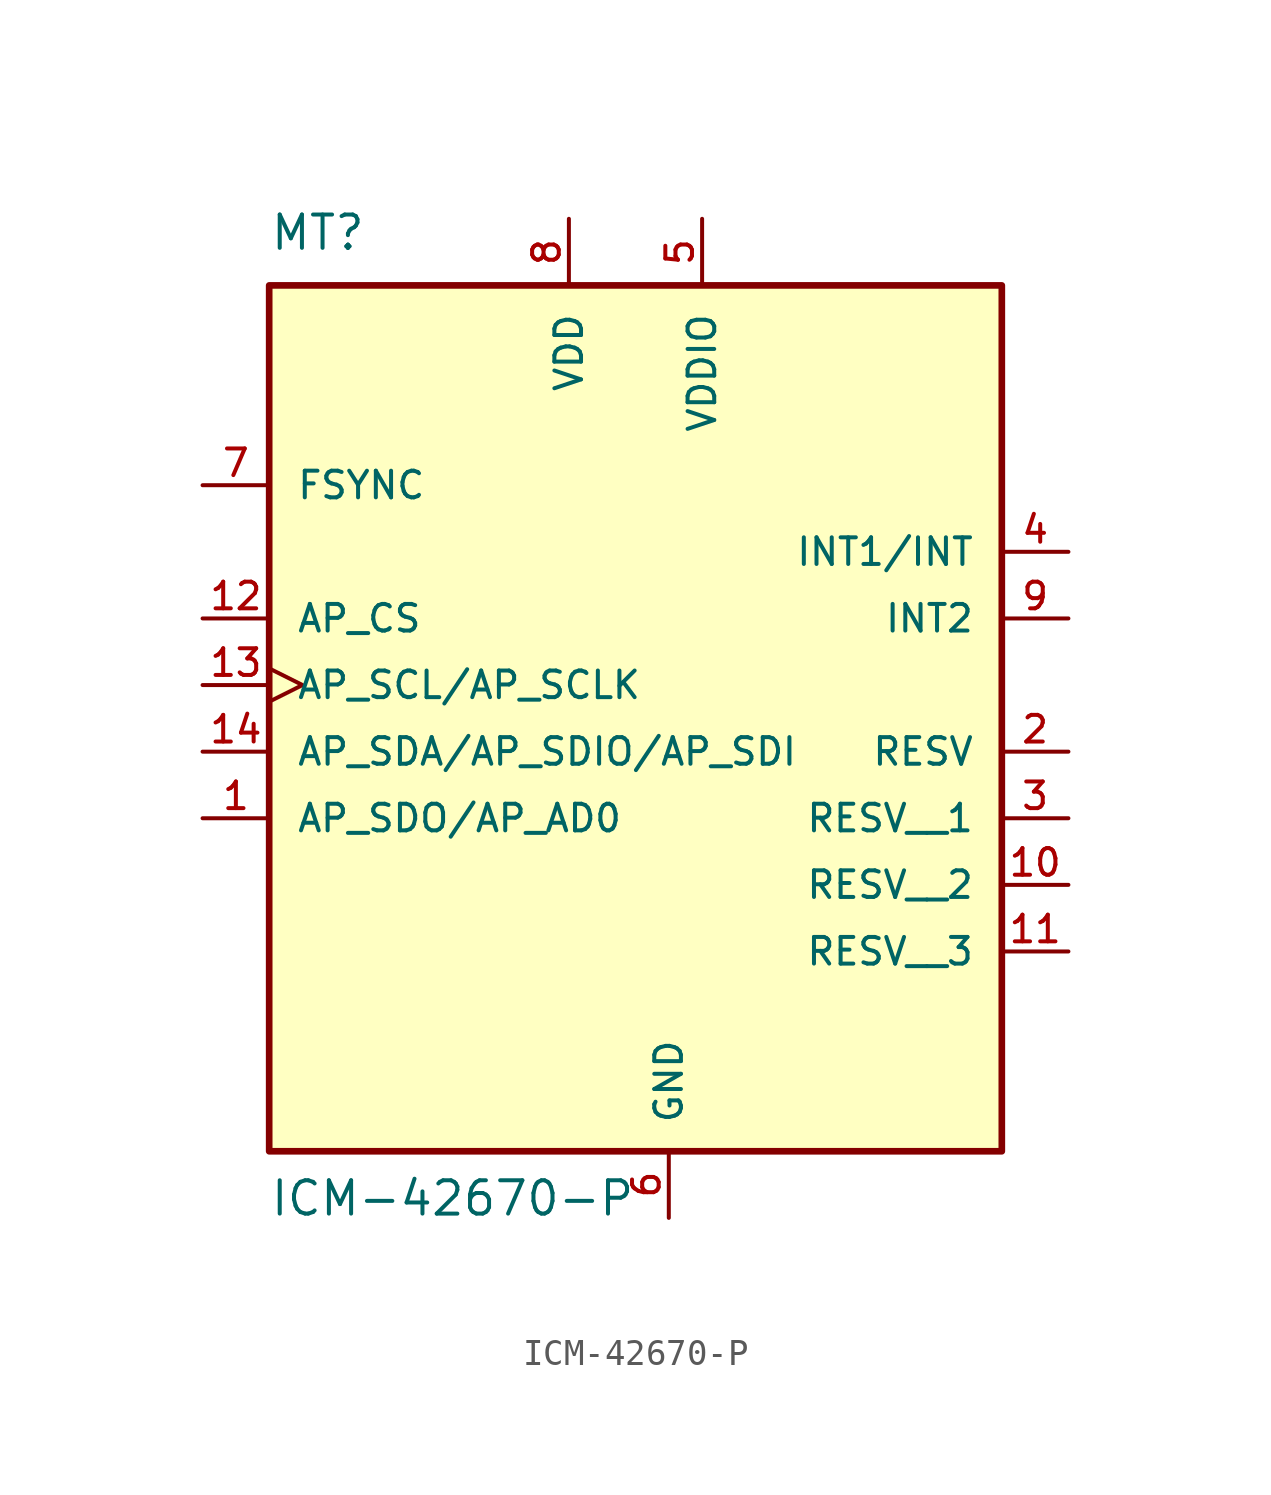
<source format=kicad_sym>
(kicad_symbol_lib
  (version 20241209)
  (generator "kicad_symbol_editor")
  (generator_version "9.0")
  (symbol "ICM-42670-P"
    (pin_names
      (offset 1.016))
    (property "Reference" "MT"
      (at -13.97 17.78 0)
      (effects (font (size 1.27 1.27)) (justify left bottom)))
    (property "Value" "ICM-42670-P"
      (at -13.97 -19.05 0)
      (effects (font (size 1.27 1.27)) (justify left bottom)))
    (symbol "ICM-42670-P_0_0"
      (rectangle (start -13.97 16.51) (end 13.97 -16.51) (stroke (width 0.254) (type default)) (fill (type background))))
    (symbol "ICM-42670-P_1_0"
      (pin input line (at -16.51 8.89 0) (length 2.54) (name "FSYNC" (effects (font (size 1.016 1.016)))) (number "7" (effects (font (size 1.016 1.016)))))
      (pin input line (at -16.51 3.81 0) (length 2.54) (name "AP_CS" (effects (font (size 1.016 1.016)))) (number "12" (effects (font (size 1.016 1.016)))))
      (pin input clock (at -16.51 1.27 0) (length 2.54) (name "AP_SCL/AP_SCLK" (effects (font (size 1.016 1.016)))) (number "13" (effects (font (size 1.016 1.016)))))
      (pin bidirectional line (at -16.51 -1.27 0) (length 2.54) (name "AP_SDA/AP_SDIO/AP_SDI" (effects (font (size 1.016 1.016)))) (number "14" (effects (font (size 1.016 1.016)))))
      (pin bidirectional line (at -16.51 -3.81 0) (length 2.54) (name "AP_SDO/AP_AD0" (effects (font (size 1.016 1.016)))) (number "1" (effects (font (size 1.016 1.016)))))
      (pin power_in line (at -2.54 19.05 270) (length 2.54) (name "VDD" (effects (font (size 1.016 1.016)))) (number "8" (effects (font (size 1.016 1.016)))))
      (pin power_in line (at 1.27 -19.05 90) (length 2.54) (name "GND" (effects (font (size 1.016 1.016)))) (number "6" (effects (font (size 1.016 1.016)))))
      (pin power_in line (at 2.54 19.05 270) (length 2.54) (name "VDDIO" (effects (font (size 1.016 1.016)))) (number "5" (effects (font (size 1.016 1.016)))))
      (pin output line (at 16.51 6.35 180) (length 2.54) (name "INT1/INT" (effects (font (size 1.016 1.016)))) (number "4" (effects (font (size 1.016 1.016)))))
      (pin output line (at 16.51 3.81 180) (length 2.54) (name "INT2" (effects (font (size 1.016 1.016)))) (number "9" (effects (font (size 1.016 1.016)))))
      (pin passive line (at 16.51 -1.27 180) (length 2.54) (name "RESV" (effects (font (size 1.016 1.016)))) (number "2" (effects (font (size 1.016 1.016)))))
      (pin passive line (at 16.51 -3.81 180) (length 2.54) (name "RESV__1" (effects (font (size 1.016 1.016)))) (number "3" (effects (font (size 1.016 1.016)))))
      (pin passive line (at 16.51 -6.35 180) (length 2.54) (name "RESV__2" (effects (font (size 1.016 1.016)))) (number "10" (effects (font (size 1.016 1.016)))))
      (pin passive line (at 16.51 -8.89 180) (length 2.54) (name "RESV__3" (effects (font (size 1.016 1.016)))) (number "11" (effects (font (size 1.016 1.016))))))))
</source>
